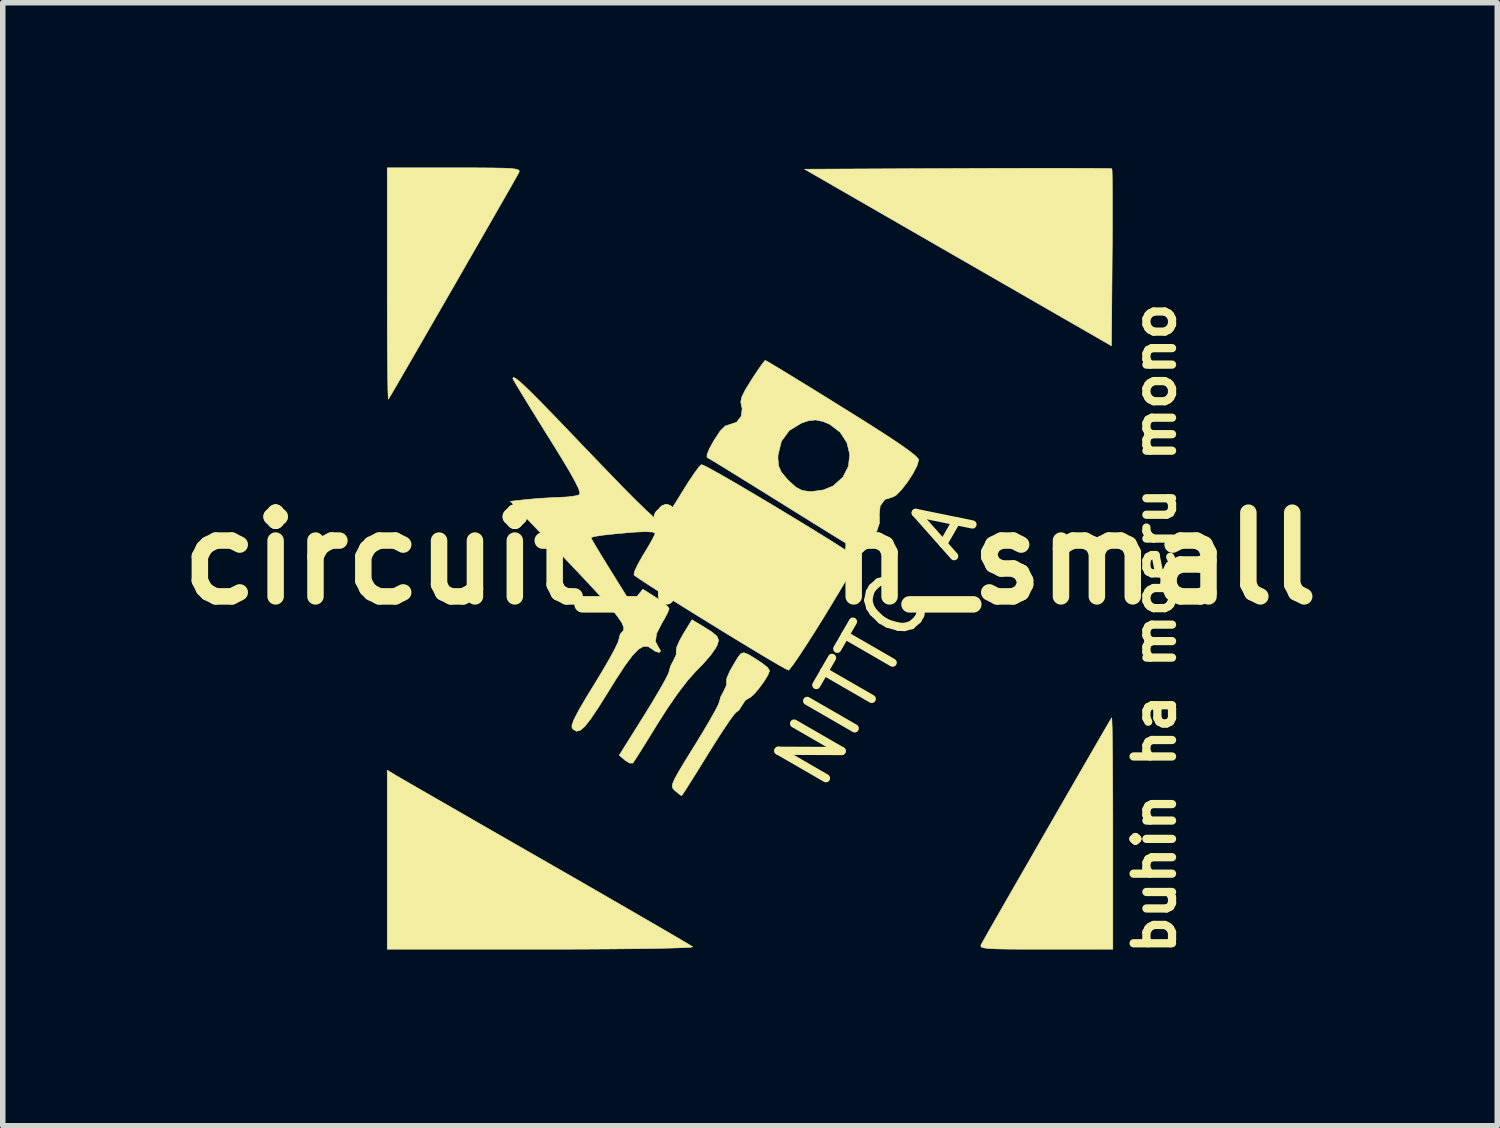
<source format=kicad_pcb>
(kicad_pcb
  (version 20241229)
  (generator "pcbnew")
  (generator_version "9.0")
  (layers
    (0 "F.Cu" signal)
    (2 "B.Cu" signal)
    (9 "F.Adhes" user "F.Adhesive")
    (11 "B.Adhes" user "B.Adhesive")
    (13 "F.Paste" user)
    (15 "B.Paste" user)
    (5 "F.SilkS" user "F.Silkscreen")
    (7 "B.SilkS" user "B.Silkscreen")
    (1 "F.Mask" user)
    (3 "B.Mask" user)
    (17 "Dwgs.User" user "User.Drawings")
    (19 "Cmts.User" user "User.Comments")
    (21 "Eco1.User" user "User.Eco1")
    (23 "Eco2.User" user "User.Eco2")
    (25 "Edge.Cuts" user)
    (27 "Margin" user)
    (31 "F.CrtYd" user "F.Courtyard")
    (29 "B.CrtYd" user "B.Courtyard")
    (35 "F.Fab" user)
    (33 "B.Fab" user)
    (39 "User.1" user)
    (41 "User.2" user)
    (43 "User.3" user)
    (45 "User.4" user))
  (footprint "circuit_icon_small"
    (layer "F.Cu")
    (at 10.603 7.117)
    (property "Reference" "circuit_icon_small" (at 0 0 0) (layer "F.SilkS") (effects (font (size 1.524 1.524) (thickness 0.3))))
    (attr through_hole)
    (fp_poly (pts (xy 5.646 -7.104) (xy 5.988 -7.103) (xy 6.262 -7.102) (xy 6.458 -7.1) (xy 6.567 -7.097) (xy 6.587 -7.095) (xy 6.591 -7.041) (xy 6.594 -6.899) (xy 6.596 -6.679) (xy 6.596 -6.395) (xy 6.596 -6.058) (xy 6.594 -5.681) (xy 6.592 -5.474) (xy 6.579 -3.872) (xy 3.786 -5.479) (xy 0.993 -7.087) (xy 3.781 -7.1) (xy 4.304 -7.102) (xy 4.795 -7.103) (xy 5.245 -7.104) (xy 5.646 -7.104)) (stroke (width 0.01) (type solid)) (fill yes) (layer "F.SilkS"))
    (fp_poly (pts (xy -6.439 3.952) (xy -6.365 3.995) (xy -6.212 4.084) (xy -5.988 4.213) (xy -5.7 4.379) (xy -5.357 4.576) (xy -4.969 4.8) (xy -4.542 5.045) (xy -4.086 5.307) (xy -3.683 5.538) (xy -3.212 5.808) (xy -2.768 6.064) (xy -2.357 6.301) (xy -1.988 6.515) (xy -1.668 6.7) (xy -1.406 6.853) (xy -1.209 6.968) (xy -1.086 7.042) (xy -1.044 7.068) (xy -1.084 7.077) (xy -1.217 7.084) (xy -1.435 7.091) (xy -1.728 7.098) (xy -2.09 7.103) (xy -2.51 7.107) (xy -2.981 7.11) (xy -3.494 7.112) (xy -3.8 7.112) (xy -6.604 7.112) (xy -6.604 3.853) (xy -6.439 3.952)) (stroke (width 0.01) (type solid)) (fill yes) (layer "F.SilkS"))
    (fp_poly (pts (xy -0.871 1.226) (xy -0.698 1.334) (xy -0.602 1.414) (xy -0.572 1.487) (xy -0.596 1.572) (xy -0.631 1.638) (xy -0.717 1.759) (xy -0.849 1.912) (xy -0.991 2.057) (xy -1.134 2.217) (xy -1.31 2.446) (xy -1.504 2.727) (xy -1.677 2.997) (xy -1.823 3.234) (xy -1.951 3.44) (xy -2.052 3.601) (xy -2.117 3.7) (xy -2.133 3.723) (xy -2.192 3.724) (xy -2.274 3.672) (xy -2.381 3.581) (xy -1.927 2.856) (xy -1.776 2.611) (xy -1.647 2.392) (xy -1.547 2.215) (xy -1.487 2.096) (xy -1.473 2.054) (xy -1.447 1.957) (xy -1.393 1.855) (xy -1.344 1.75) (xy -1.343 1.681) (xy -1.335 1.615) (xy -1.282 1.493) (xy -1.215 1.373) (xy -1.057 1.115) (xy -0.871 1.226)) (stroke (width 0.01) (type solid)) (fill yes) (layer "F.SilkS"))
    (fp_poly (pts (xy -5 -7.112) (xy -4.708 -7.11) (xy -4.494 -7.106) (xy -4.348 -7.099) (xy -4.258 -7.088) (xy -4.212 -7.072) (xy -4.2 -7.051) (xy -4.21 -7.022) (xy -4.21 -7.022) (xy -4.254 -6.944) (xy -4.339 -6.793) (xy -4.461 -6.579) (xy -4.614 -6.313) (xy -4.79 -6.005) (xy -4.985 -5.667) (xy -5.191 -5.308) (xy -5.403 -4.939) (xy -5.615 -4.571) (xy -5.821 -4.214) (xy -6.014 -3.879) (xy -6.189 -3.576) (xy -6.339 -3.317) (xy -6.458 -3.111) (xy -6.541 -2.97) (xy -6.58 -2.904) (xy -6.583 -2.9) (xy -6.587 -2.944) (xy -6.592 -3.08) (xy -6.595 -3.296) (xy -6.599 -3.583) (xy -6.601 -3.93) (xy -6.603 -4.326) (xy -6.604 -4.762) (xy -6.604 -4.995) (xy -6.604 -7.112) (xy -5.383 -7.112) (xy -5 -7.112)) (stroke (width 0.01) (type solid)) (fill yes) (layer "F.SilkS"))
    (fp_poly (pts (xy 6.587 2.944) (xy 6.592 3.08) (xy 6.595 3.296) (xy 6.599 3.583) (xy 6.601 3.93) (xy 6.603 4.326) (xy 6.604 4.762) (xy 6.604 4.995) (xy 6.604 7.112) (xy 5.383 7.112) (xy 5 7.112) (xy 4.708 7.11) (xy 4.494 7.106) (xy 4.348 7.099) (xy 4.258 7.088) (xy 4.212 7.072) (xy 4.2 7.051) (xy 4.21 7.022) (xy 4.21 7.022) (xy 4.254 6.944) (xy 4.339 6.793) (xy 4.461 6.579) (xy 4.614 6.313) (xy 4.79 6.005) (xy 4.985 5.667) (xy 5.191 5.308) (xy 5.403 4.939) (xy 5.615 4.571) (xy 5.821 4.214) (xy 6.014 3.879) (xy 6.189 3.576) (xy 6.339 3.317) (xy 6.458 3.111) (xy 6.541 2.97) (xy 6.58 2.904) (xy 6.583 2.9) (xy 6.587 2.944)) (stroke (width 0.01) (type solid)) (fill yes) (layer "F.SilkS"))
    (fp_poly (pts (xy -0.027 1.747) (xy 0.107 1.831) (xy 0.229 1.911) (xy 0.319 1.984) (xy 0.356 2.041) (xy 0.326 2.121) (xy 0.253 2.24) (xy 0.159 2.368) (xy 0.065 2.477) (xy -0.006 2.536) (xy -0.02 2.54) (xy -0.087 2.581) (xy -0.143 2.667) (xy -0.201 2.76) (xy -0.248 2.794) (xy -0.288 2.835) (xy -0.372 2.95) (xy -0.489 3.123) (xy -0.63 3.342) (xy -0.764 3.556) (xy -0.916 3.802) (xy -1.049 4.015) (xy -1.154 4.181) (xy -1.223 4.287) (xy -1.246 4.318) (xy -1.289 4.289) (xy -1.362 4.229) (xy -1.398 4.194) (xy -1.416 4.156) (xy -1.409 4.099) (xy -1.372 4.012) (xy -1.299 3.88) (xy -1.185 3.69) (xy -1.023 3.428) (xy -1.012 3.411) (xy -0.862 3.165) (xy -0.733 2.946) (xy -0.633 2.769) (xy -0.573 2.65) (xy -0.559 2.609) (xy -0.532 2.515) (xy -0.478 2.413) (xy -0.43 2.309) (xy -0.429 2.24) (xy -0.421 2.173) (xy -0.368 2.051) (xy -0.3 1.931) (xy -0.224 1.805) (xy -0.169 1.733) (xy -0.112 1.714) (xy -0.027 1.747)) (stroke (width 0.01) (type solid)) (fill yes) (layer "F.SilkS"))
    (fp_poly (pts (xy 0.325 -3.581) (xy 0.448 -3.508) (xy 0.637 -3.394) (xy 0.88 -3.245) (xy 1.168 -3.068) (xy 1.491 -2.868) (xy 1.687 -2.746) (xy 2.104 -2.486) (xy 2.439 -2.272) (xy 2.697 -2.102) (xy 2.882 -1.972) (xy 3.002 -1.878) (xy 3.061 -1.817) (xy 3.07 -1.794) (xy 3.038 -1.685) (xy 2.962 -1.54) (xy 2.86 -1.384) (xy 2.751 -1.245) (xy 2.653 -1.147) (xy 2.593 -1.118) (xy 2.454 -1.074) (xy 2.369 -0.958) (xy 2.352 -0.793) (xy 2.354 -0.777) (xy 2.356 -0.647) (xy 2.311 -0.509) (xy 2.225 -0.354) (xy 2.136 -0.22) (xy 2.066 -0.13) (xy 2.037 -0.106) (xy 1.988 -0.133) (xy 1.864 -0.208) (xy 1.674 -0.323) (xy 1.43 -0.473) (xy 1.142 -0.652) (xy 0.82 -0.852) (xy 0.635 -0.967) (xy 0.299 -1.177) (xy -0.011 -1.369) (xy -0.283 -1.537) (xy -0.506 -1.675) (xy -0.671 -1.775) (xy -0.761 -1.83) (xy 0.508 -1.83) (xy 0.52 -1.686) (xy 0.57 -1.572) (xy 0.677 -1.445) (xy 0.705 -1.416) (xy 0.837 -1.297) (xy 0.95 -1.238) (xy 1.084 -1.22) (xy 1.124 -1.219) (xy 1.333 -1.248) (xy 1.509 -1.319) (xy 1.69 -1.48) (xy 1.791 -1.679) (xy 1.815 -1.895) (xy 1.764 -2.108) (xy 1.641 -2.298) (xy 1.45 -2.444) (xy 1.334 -2.493) (xy 1.196 -2.523) (xy 1.06 -2.507) (xy 0.938 -2.466) (xy 0.716 -2.332) (xy 0.571 -2.135) (xy 0.51 -1.884) (xy 0.508 -1.83) (xy -0.761 -1.83) (xy -0.765 -1.832) (xy -0.783 -1.842) (xy -0.783 -1.891) (xy -0.738 -2.001) (xy -0.657 -2.149) (xy -0.657 -2.149) (xy -0.543 -2.322) (xy -0.45 -2.414) (xy -0.372 -2.438) (xy -0.244 -2.482) (xy -0.16 -2.591) (xy -0.143 -2.73) (xy -0.155 -2.776) (xy -0.169 -2.852) (xy -0.149 -2.944) (xy -0.084 -3.074) (xy 0.026 -3.252) (xy 0.133 -3.415) (xy 0.219 -3.538) (xy 0.27 -3.602) (xy 0.277 -3.607) (xy 0.325 -3.581)) (stroke (width 0.01) (type solid)) (fill yes) (layer "F.SilkS"))
    (fp_poly (pts (xy -4.276 -3.285) (xy -4.215 -3.24) (xy -4.12 -3.155) (xy -3.983 -3.023) (xy -3.801 -2.84) (xy -3.566 -2.599) (xy -3.273 -2.294) (xy -2.949 -1.955) (xy -2.59 -1.582) (xy -2.296 -1.278) (xy -2.06 -1.041) (xy -1.878 -0.865) (xy -1.745 -0.745) (xy -1.657 -0.678) (xy -1.608 -0.658) (xy -1.6 -0.661) (xy -1.549 -0.724) (xy -1.46 -0.854) (xy -1.346 -1.031) (xy -1.242 -1.2) (xy -1.119 -1.397) (xy -1.008 -1.561) (xy -0.925 -1.672) (xy -0.885 -1.71) (xy -0.832 -1.689) (xy -0.705 -1.623) (xy -0.517 -1.518) (xy -0.282 -1.382) (xy -0.01 -1.223) (xy 0.284 -1.048) (xy 0.587 -0.866) (xy 0.888 -0.684) (xy 1.174 -0.509) (xy 1.431 -0.35) (xy 1.647 -0.213) (xy 1.81 -0.106) (xy 1.906 -0.038) (xy 1.918 -0.028) (xy 1.928 0.009) (xy 1.906 0.085) (xy 1.85 0.207) (xy 1.753 0.386) (xy 1.61 0.629) (xy 1.418 0.946) (xy 1.367 1.03) (xy 1.19 1.315) (xy 1.028 1.569) (xy 0.89 1.778) (xy 0.784 1.932) (xy 0.717 2.018) (xy 0.7 2.032) (xy 0.645 2.006) (xy 0.516 1.934) (xy 0.327 1.823) (xy 0.09 1.681) (xy -0.181 1.517) (xy -0.476 1.337) (xy -0.779 1.15) (xy -1.08 0.964) (xy -1.365 0.786) (xy -1.622 0.624) (xy -1.837 0.486) (xy -1.998 0.381) (xy -2.093 0.315) (xy -2.113 0.298) (xy -2.102 0.235) (xy -2.045 0.112) (xy -1.956 -0.047) (xy -1.935 -0.081) (xy -1.836 -0.245) (xy -1.762 -0.378) (xy -1.728 -0.454) (xy -1.727 -0.46) (xy -1.774 -0.482) (xy -1.904 -0.489) (xy -2.095 -0.481) (xy -2.419 -0.453) (xy -2.665 -0.427) (xy -2.825 -0.403) (xy -2.894 -0.382) (xy -2.896 -0.379) (xy -2.87 -0.33) (xy -2.801 -0.212) (xy -2.697 -0.04) (xy -2.568 0.169) (xy -2.529 0.233) (xy -2.162 0.822) (xy -2.057 0.69) (xy -1.951 0.558) (xy -1.712 0.71) (xy -1.581 0.802) (xy -1.494 0.88) (xy -1.473 0.914) (xy -1.499 0.986) (xy -1.563 1.106) (xy -1.6 1.168) (xy -1.701 1.364) (xy -1.721 1.511) (xy -1.667 1.615) (xy -1.626 1.682) (xy -1.655 1.71) (xy -1.727 1.688) (xy -1.778 1.651) (xy -1.856 1.601) (xy -1.938 1.598) (xy -2.03 1.651) (xy -2.142 1.767) (xy -2.28 1.953) (xy -2.452 2.217) (xy -2.578 2.42) (xy -2.76 2.711) (xy -2.901 2.921) (xy -3.009 3.058) (xy -3.093 3.129) (xy -3.16 3.144) (xy -3.219 3.109) (xy -3.239 3.086) (xy -3.242 3.032) (xy -3.201 2.923) (xy -3.111 2.751) (xy -2.969 2.509) (xy -2.839 2.298) (xy -2.689 2.05) (xy -2.559 1.827) (xy -2.461 1.645) (xy -2.401 1.52) (xy -2.388 1.475) (xy -2.364 1.378) (xy -2.337 1.346) (xy -2.302 1.309) (xy -2.299 1.254) (xy -2.332 1.172) (xy -2.409 1.058) (xy -2.534 0.902) (xy -2.713 0.699) (xy -2.952 0.44) (xy -3.256 0.118) (xy -3.324 0.047) (xy -4.361 -1.041) (xy -4.073 -1.074) (xy -3.847 -1.094) (xy -3.596 -1.109) (xy -3.48 -1.113) (xy -3.305 -1.123) (xy -3.166 -1.143) (xy -3.107 -1.162) (xy -3.097 -1.197) (xy -3.122 -1.276) (xy -3.186 -1.406) (xy -3.292 -1.596) (xy -3.446 -1.853) (xy -3.652 -2.186) (xy -3.679 -2.228) (xy -3.858 -2.516) (xy -4.018 -2.775) (xy -4.151 -2.992) (xy -4.25 -3.156) (xy -4.307 -3.254) (xy -4.318 -3.276) (xy -4.309 -3.295) (xy -4.276 -3.285)) (stroke (width 0.01) (type solid)) (fill yes) (layer "F.SilkS"))
    (fp_text user "NITTC A" (at 2.286 1.524 60) (unlocked yes) (layer "F.SilkS") (effects (font (size 1 1) (thickness 0.15))))
    (fp_text user "buhin ha moeru mono" (at 7.366 1.27 270) (layer "F.SilkS") (effects (font (size 0.7 0.7) (thickness 0.15)))))
  (gr_rect
    (start -3 -3)
    (end 24.205 17.442)
    (stroke (width 0.1) (type default))
    (fill no)
    (layer "Edge.Cuts")))
</source>
